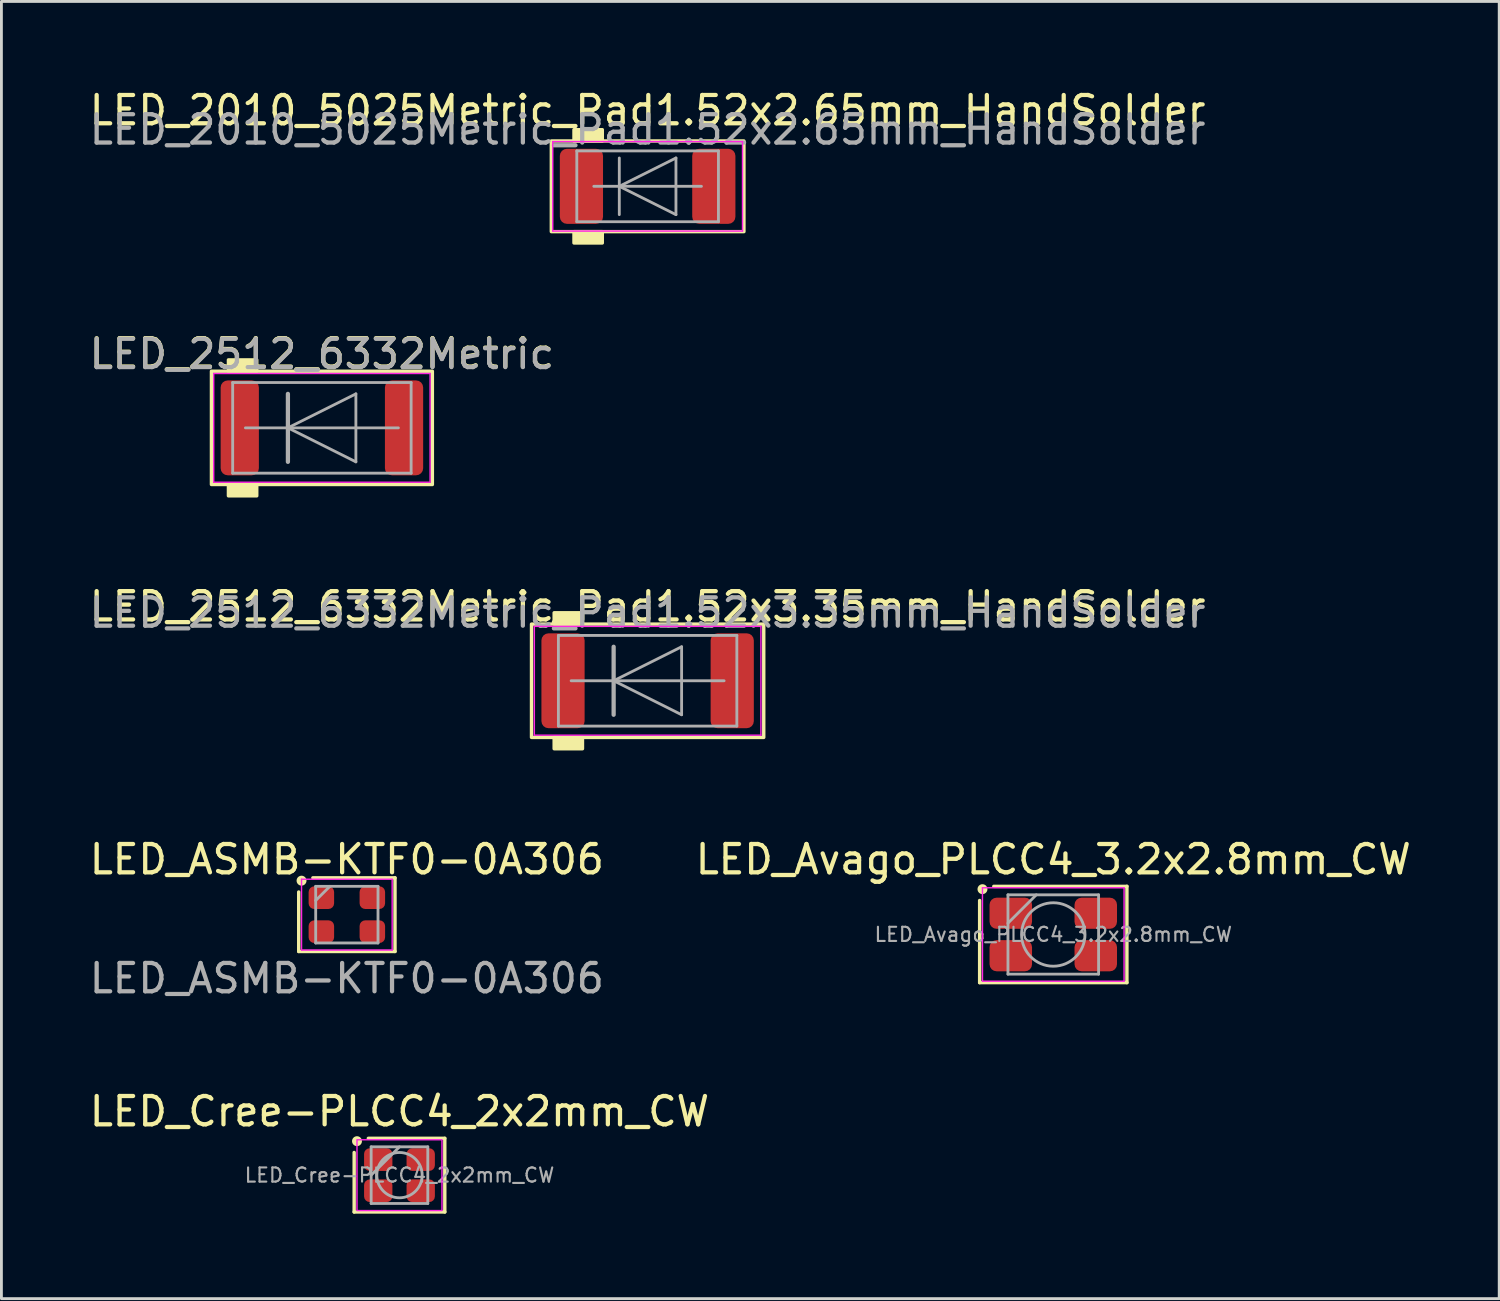
<source format=kicad_pcb>
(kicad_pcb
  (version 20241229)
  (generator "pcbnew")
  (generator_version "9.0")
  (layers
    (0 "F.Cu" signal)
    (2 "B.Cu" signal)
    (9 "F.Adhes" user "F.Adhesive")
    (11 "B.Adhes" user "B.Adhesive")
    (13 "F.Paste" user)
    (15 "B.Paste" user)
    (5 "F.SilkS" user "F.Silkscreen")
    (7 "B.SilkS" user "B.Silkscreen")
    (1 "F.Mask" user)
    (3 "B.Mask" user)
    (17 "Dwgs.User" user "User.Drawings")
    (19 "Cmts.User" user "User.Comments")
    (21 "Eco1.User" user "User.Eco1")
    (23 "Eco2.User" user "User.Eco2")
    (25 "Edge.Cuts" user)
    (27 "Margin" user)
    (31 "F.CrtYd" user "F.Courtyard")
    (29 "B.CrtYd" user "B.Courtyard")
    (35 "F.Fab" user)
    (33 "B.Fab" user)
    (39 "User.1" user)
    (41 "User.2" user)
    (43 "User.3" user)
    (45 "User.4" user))
  (footprint "LED_2512_6332Metric_Pad1.52x3.35mm_HandSolder"
    (layer "F.Cu")
    (at 19.815 20.985)
    (property "Reference" "LED_2512_6332Metric_Pad1.52x3.35mm_HandSolder" (at 0 -2.62 0) (layer "F.SilkS") (effects (font (size 1 1) (thickness 0.15))))
    (attr smd)
    (fp_rect (start -4.1 -2) (end 4.1 2) (stroke (width 0.12) (type solid)) (fill no) (layer "F.SilkS"))
    (fp_rect (start -3.3 -2.4) (end -2.3 -2) (stroke (width 0.12) (type solid)) (fill yes) (layer "F.SilkS"))
    (fp_rect (start -3.3 2) (end -2.3 2.4) (stroke (width 0.12) (type solid)) (fill yes) (layer "F.SilkS"))
    (fp_line (start -4 -1.92) (end 4 -1.92) (stroke (width 0.05) (type solid)) (layer "F.CrtYd"))
    (fp_line (start -4 1.92) (end -4 -1.92) (stroke (width 0.05) (type solid)) (layer "F.CrtYd"))
    (fp_line (start 4 -1.92) (end 4 1.92) (stroke (width 0.05) (type solid)) (layer "F.CrtYd"))
    (fp_line (start 4 1.92) (end -4 1.92) (stroke (width 0.05) (type solid)) (layer "F.CrtYd"))
    (fp_line (start -3.15 -1.6) (end -3.15 1.6) (stroke (width 0.1) (type solid)) (layer "F.Fab"))
    (fp_line (start -3.15 1.6) (end 3.15 1.6) (stroke (width 0.1) (type solid)) (layer "F.Fab"))
    (fp_line (start -2.7 0) (end 2.7 0) (stroke (width 0.1) (type default)) (layer "F.Fab"))
    (fp_line (start -1.2 -1.2) (end -1.2 1.2) (stroke (width 0.15) (type default)) (layer "F.Fab"))
    (fp_line (start -1.2 0) (end 1.2 -1.2) (stroke (width 0.1) (type default)) (layer "F.Fab"))
    (fp_line (start 1.2 -1.2) (end 1.2 1.2) (stroke (width 0.1) (type default)) (layer "F.Fab"))
    (fp_line (start 1.2 1.2) (end -1.2 0) (stroke (width 0.1) (type default)) (layer "F.Fab"))
    (fp_line (start 3.15 -1.6) (end -3.15 -1.6) (stroke (width 0.1) (type solid)) (layer "F.Fab"))
    (fp_line (start 3.15 1.6) (end 3.15 -1.6) (stroke (width 0.1) (type solid)) (layer "F.Fab"))
    (fp_text user "${REFERENCE}" (at 0 -2.4 0) (layer "F.Fab") (effects (font (size 1 1) (thickness 0.15))))
    (pad "1" smd roundrect (at -2.987 0) (size 1.525 3.35) (layers "F.Cu" "F.Mask" "F.Paste") (roundrect_rratio 0.164))
    (pad "2" smd roundrect (at 2.987 0) (size 1.525 3.35) (layers "F.Cu" "F.Mask" "F.Paste") (roundrect_rratio 0.164)))
  (footprint "LED_2010_5025Metric_Pad1.52x2.65mm_HandSolder"
    (layer "F.Cu")
    (at 19.815 3.528)
    (property "Reference" "LED_2010_5025Metric_Pad1.52x2.65mm_HandSolder" (at 0 -2.68 0) (layer "F.SilkS") (effects (font (size 1 1) (thickness 0.15))))
    (attr smd)
    (fp_rect (start -3.4 -1.6) (end 3.4 1.6) (stroke (width 0.12) (type solid)) (fill no) (layer "F.SilkS"))
    (fp_rect (start -2.6 -2) (end -1.6 -1.6) (stroke (width 0.12) (type solid)) (fill yes) (layer "F.SilkS"))
    (fp_rect (start -2.6 1.6) (end -1.6 2) (stroke (width 0.12) (type solid)) (fill yes) (layer "F.SilkS"))
    (fp_line (start -3.35 -1.58) (end 3.35 -1.58) (stroke (width 0.05) (type solid)) (layer "F.CrtYd"))
    (fp_line (start -3.35 1.58) (end -3.35 -1.58) (stroke (width 0.05) (type solid)) (layer "F.CrtYd"))
    (fp_line (start 3.35 -1.58) (end 3.35 1.58) (stroke (width 0.05) (type solid)) (layer "F.CrtYd"))
    (fp_line (start 3.35 1.58) (end -3.35 1.58) (stroke (width 0.05) (type solid)) (layer "F.CrtYd"))
    (fp_line (start -2.5 -1.25) (end -2.5 1.25) (stroke (width 0.1) (type solid)) (layer "F.Fab"))
    (fp_line (start -2.5 1.25) (end 2.5 1.25) (stroke (width 0.1) (type solid)) (layer "F.Fab"))
    (fp_line (start -1.9 0) (end 1.9 0) (stroke (width 0.1) (type default)) (layer "F.Fab"))
    (fp_line (start -1 -1) (end -1 1) (stroke (width 0.1) (type default)) (layer "F.Fab"))
    (fp_line (start -1 0) (end 1 -1) (stroke (width 0.1) (type default)) (layer "F.Fab"))
    (fp_line (start 1 -1) (end 1 1) (stroke (width 0.1) (type default)) (layer "F.Fab"))
    (fp_line (start 1 1) (end -1 0) (stroke (width 0.1) (type default)) (layer "F.Fab"))
    (fp_line (start 2.5 -1.25) (end -2.5 -1.25) (stroke (width 0.1) (type solid)) (layer "F.Fab"))
    (fp_line (start 2.5 1.25) (end 2.5 -1.25) (stroke (width 0.1) (type solid)) (layer "F.Fab"))
    (fp_text user "${REFERENCE}" (at 0 -2 0) (layer "F.Fab") (effects (font (size 1 1) (thickness 0.15))))
    (pad "1" smd roundrect (at -2.337 0) (size 1.525 2.65) (layers "F.Cu" "F.Mask" "F.Paste") (roundrect_rratio 0.164))
    (pad "2" smd roundrect (at 2.337 0) (size 1.525 2.65) (layers "F.Cu" "F.Mask" "F.Paste") (roundrect_rratio 0.164)))
  (footprint "LED_Cree-PLCC4_2x2mm_CW"
    (layer "F.Cu")
    (at 11.054 38.44)
    (property "Reference" "LED_Cree-PLCC4_2x2mm_CW" (at 0 -2.25 0) (layer "F.SilkS") (effects (font (size 1 1) (thickness 0.15))))
    (attr smd)
    (fp_line (start -1.6 1.3) (end -1.6 -0.8) (stroke (width 0.12) (type default)) (layer "F.SilkS"))
    (fp_line (start -1.1 -1.3) (end 1.6 -1.3) (stroke (width 0.12) (type default)) (layer "F.SilkS"))
    (fp_line (start 1.6 -1.3) (end 1.6 1.3) (stroke (width 0.12) (type default)) (layer "F.SilkS"))
    (fp_line (start 1.6 1.3) (end -1.6 1.3) (stroke (width 0.12) (type default)) (layer "F.SilkS"))
    (fp_circle (center -1.5 -1.2) (end -1.4 -1.2) (stroke (width 0.15) (type solid)) (fill yes) (layer "F.SilkS"))
    (fp_rect (start -1.5 -1.25) (end 1.5 1.25) (stroke (width 0.05) (type default)) (fill no) (layer "F.CrtYd"))
    (fp_line (start -1 -1) (end -1 1) (stroke (width 0.1) (type solid)) (layer "F.Fab"))
    (fp_line (start -1 1) (end 1 1) (stroke (width 0.1) (type solid)) (layer "F.Fab"))
    (fp_line (start 0 -1) (end -1 0) (stroke (width 0.1) (type solid)) (layer "F.Fab"))
    (fp_line (start 1 -1) (end -1 -1) (stroke (width 0.1) (type solid)) (layer "F.Fab"))
    (fp_line (start 1 1) (end 1 -1) (stroke (width 0.1) (type solid)) (layer "F.Fab"))
    (fp_circle (center 0 0) (end 0.8 0) (stroke (width 0.1) (type solid)) (fill no) (layer "F.Fab"))
    (fp_text user "${REFERENCE}" (at 0 0 0) (layer "F.Fab") (effects (font (size 0.5 0.5) (thickness 0.075))))
    (pad "1" smd roundrect (at -0.75 -0.55) (size 1 0.8) (layers "F.Cu" "F.Mask" "F.Paste") (roundrect_rratio 0.25))
    (pad "2" smd roundrect (at 0.75 -0.55) (size 1 0.8) (layers "F.Cu" "F.Mask" "F.Paste") (roundrect_rratio 0.25))
    (pad "3" smd roundrect (at 0.75 0.55) (size 1 0.8) (layers "F.Cu" "F.Mask" "F.Paste") (roundrect_rratio 0.25))
    (pad "4" smd roundrect (at -0.75 0.55) (size 1 0.8) (layers "F.Cu" "F.Mask" "F.Paste") (roundrect_rratio 0.25)))
  (footprint "LED_ASMB-KTF0-0A306"
    (layer "F.Cu")
    (at 9.196 29.243)
    (property "Reference" "LED_ASMB-KTF0-0A306" (at 0 -1.95 0) (layer "F.SilkS") (effects (font (size 1 1) (thickness 0.15))))
    (attr smd)
    (fp_line (start -1.7 1.3) (end -1.7 -0.8) (stroke (width 0.12) (type default)) (layer "F.SilkS"))
    (fp_line (start -1.2 -1.3) (end 1.7 -1.3) (stroke (width 0.12) (type default)) (layer "F.SilkS"))
    (fp_line (start 1.7 -1.3) (end 1.7 1.3) (stroke (width 0.12) (type default)) (layer "F.SilkS"))
    (fp_line (start 1.7 1.3) (end -1.7 1.3) (stroke (width 0.12) (type default)) (layer "F.SilkS"))
    (fp_circle (center -1.6 -1.2) (end -1.5 -1.2) (stroke (width 0.15) (type solid)) (fill yes) (layer "F.SilkS"))
    (fp_line (start -1.6 -1.25) (end -1.6 1.25) (stroke (width 0.05) (type solid)) (layer "F.CrtYd"))
    (fp_line (start -1.6 -1.25) (end 1.6 -1.25) (stroke (width 0.05) (type solid)) (layer "F.CrtYd"))
    (fp_line (start 1.6 1.25) (end -1.6 1.25) (stroke (width 0.05) (type solid)) (layer "F.CrtYd"))
    (fp_line (start 1.6 1.25) (end 1.6 -1.25) (stroke (width 0.05) (type solid)) (layer "F.CrtYd"))
    (fp_line (start -1.1 -1) (end -1.1 1) (stroke (width 0.1) (type solid)) (layer "F.Fab"))
    (fp_line (start -1.1 -0.5) (end -0.6 -1) (stroke (width 0.1) (type solid)) (layer "F.Fab"))
    (fp_line (start -1.1 1) (end 1.1 1) (stroke (width 0.1) (type solid)) (layer "F.Fab"))
    (fp_line (start 1.1 -1) (end -1.1 -1) (stroke (width 0.1) (type solid)) (layer "F.Fab"))
    (fp_line (start 1.1 1) (end 1.1 -1) (stroke (width 0.1) (type solid)) (layer "F.Fab"))
    (fp_text user "${REFERENCE}" (at 0 2.25 0) (layer "F.Fab") (effects (font (size 1 1) (thickness 0.15))))
    (pad "1" smd roundrect (at -0.9 -0.6) (size 0.9 0.8) (layers "F.Cu" "F.Mask" "F.Paste") (roundrect_rratio 0.25))
    (pad "2" smd roundrect (at -0.9 0.6) (size 0.9 0.8) (layers "F.Cu" "F.Mask" "F.Paste") (roundrect_rratio 0.25))
    (pad "3" smd roundrect (at 0.9 0.6) (size 0.9 0.8) (layers "F.Cu" "F.Mask" "F.Paste") (roundrect_rratio 0.25))
    (pad "4" smd roundrect (at 0.9 -0.6) (size 0.9 0.8) (layers "F.Cu" "F.Mask" "F.Paste") (roundrect_rratio 0.25)))
  (footprint "LED_Avago_PLCC4_3.2x2.8mm_CW"
    (layer "F.Cu")
    (at 34.137 29.943)
    (property "Reference" "LED_Avago_PLCC4_3.2x2.8mm_CW" (at 0 -2.65 0) (layer "F.SilkS") (effects (font (size 1 1) (thickness 0.15))))
    (attr smd)
    (fp_line (start -2.6 -1.2) (end -2.6 1.7) (stroke (width 0.12) (type default)) (layer "F.SilkS"))
    (fp_line (start -2.6 1.7) (end 2.6 1.7) (stroke (width 0.12) (type default)) (layer "F.SilkS"))
    (fp_line (start 2.6 -1.7) (end -2.1 -1.7) (stroke (width 0.12) (type default)) (layer "F.SilkS"))
    (fp_line (start 2.6 1.7) (end 2.6 -1.7) (stroke (width 0.12) (type default)) (layer "F.SilkS"))
    (fp_circle (center -2.5 -1.6) (end -2.4 -1.6) (stroke (width 0.15) (type solid)) (fill yes) (layer "F.SilkS"))
    (fp_line (start -2.5 -1.65) (end -2.5 1.65) (stroke (width 0.05) (type solid)) (layer "F.CrtYd"))
    (fp_line (start -2.5 -1.65) (end 2.5 -1.65) (stroke (width 0.05) (type solid)) (layer "F.CrtYd"))
    (fp_line (start 2.5 1.65) (end -2.5 1.65) (stroke (width 0.05) (type solid)) (layer "F.CrtYd"))
    (fp_line (start 2.5 1.65) (end 2.5 -1.65) (stroke (width 0.05) (type solid)) (layer "F.CrtYd"))
    (fp_line (start -1.6 -1.4) (end -1.6 1.4) (stroke (width 0.1) (type solid)) (layer "F.Fab"))
    (fp_line (start -1.6 1.4) (end 1.6 1.4) (stroke (width 0.1) (type solid)) (layer "F.Fab"))
    (fp_line (start -0.6 -1.4) (end -1.6 -0.4) (stroke (width 0.1) (type solid)) (layer "F.Fab"))
    (fp_line (start 1.6 -1.4) (end -1.6 -1.4) (stroke (width 0.1) (type solid)) (layer "F.Fab"))
    (fp_line (start 1.6 1.4) (end 1.6 -1.4) (stroke (width 0.1) (type solid)) (layer "F.Fab"))
    (fp_circle (center 0 0) (end 1.12 0) (stroke (width 0.1) (type solid)) (fill no) (layer "F.Fab"))
    (fp_text user "${REFERENCE}" (at 0 0 0) (layer "F.Fab") (effects (font (size 0.5 0.5) (thickness 0.075))))
    (pad "1" smd roundrect (at -1.5 -0.75) (size 1.5 1.1) (layers "F.Cu" "F.Mask" "F.Paste") (roundrect_rratio 0.227))
    (pad "2" smd roundrect (at 1.5 -0.75) (size 1.5 1.1) (layers "F.Cu" "F.Mask" "F.Paste") (roundrect_rratio 0.227))
    (pad "3" smd roundrect (at 1.5 0.75) (size 1.5 1.1) (layers "F.Cu" "F.Mask" "F.Paste") (roundrect_rratio 0.227))
    (pad "4" smd roundrect (at -1.5 0.75) (size 1.5 1.1) (layers "F.Cu" "F.Mask" "F.Paste") (roundrect_rratio 0.227)))
  (footprint "LED_2512_6332Metric"
    (layer "F.Cu")
    (at 8.315 12.056)
    (property "Reference" "LED_2512_6332Metric" (at 0 -2.62 0) (layer "F.SilkS") (effects (font (size 1 1) (thickness 0.15))))
    (attr smd)
    (fp_rect (start -3.9 -2) (end 3.9 2) (stroke (width 0.12) (type solid)) (fill no) (layer "F.SilkS"))
    (fp_rect (start -3.3 -2.4) (end -2.3 -2) (stroke (width 0.12) (type solid)) (fill yes) (layer "F.SilkS"))
    (fp_rect (start -3.3 2) (end -2.3 2.4) (stroke (width 0.12) (type solid)) (fill yes) (layer "F.SilkS"))
    (fp_line (start -3.82 -1.92) (end 3.82 -1.92) (stroke (width 0.05) (type solid)) (layer "F.CrtYd"))
    (fp_line (start -3.82 1.92) (end -3.82 -1.92) (stroke (width 0.05) (type solid)) (layer "F.CrtYd"))
    (fp_line (start 3.82 -1.92) (end 3.82 1.92) (stroke (width 0.05) (type solid)) (layer "F.CrtYd"))
    (fp_line (start 3.82 1.92) (end -3.82 1.92) (stroke (width 0.05) (type solid)) (layer "F.CrtYd"))
    (fp_line (start -3.15 -1.6) (end -3.15 1.6) (stroke (width 0.1) (type solid)) (layer "F.Fab"))
    (fp_line (start -3.15 1.6) (end 3.15 1.6) (stroke (width 0.1) (type solid)) (layer "F.Fab"))
    (fp_line (start -2.7 0) (end 2.7 0) (stroke (width 0.1) (type default)) (layer "F.Fab"))
    (fp_line (start -1.2 -1.2) (end -1.2 1.2) (stroke (width 0.15) (type default)) (layer "F.Fab"))
    (fp_line (start -1.2 0) (end 1.2 -1.2) (stroke (width 0.1) (type default)) (layer "F.Fab"))
    (fp_line (start 1.2 -1.2) (end 1.2 1.2) (stroke (width 0.1) (type default)) (layer "F.Fab"))
    (fp_line (start 1.2 1.2) (end -1.2 0) (stroke (width 0.1) (type default)) (layer "F.Fab"))
    (fp_line (start 3.15 -1.6) (end -3.15 -1.6) (stroke (width 0.1) (type solid)) (layer "F.Fab"))
    (fp_line (start 3.15 1.6) (end 3.15 -1.6) (stroke (width 0.1) (type solid)) (layer "F.Fab"))
    (fp_text user "${REFERENCE}" (at 0 -2.6 0) (layer "F.Fab") (effects (font (size 1 1) (thickness 0.15))))
    (pad "1" smd roundrect (at -2.9 0) (size 1.35 3.35) (layers "F.Cu" "F.Mask" "F.Paste") (roundrect_rratio 0.185))
    (pad "2" smd roundrect (at 2.9 0) (size 1.35 3.35) (layers "F.Cu" "F.Mask" "F.Paste") (roundrect_rratio 0.185)))
  (gr_rect
    (start -3 -3)
    (end 49.881 42.8)
    (stroke (width 0.1) (type default))
    (fill no)
    (layer "Edge.Cuts")))
</source>
